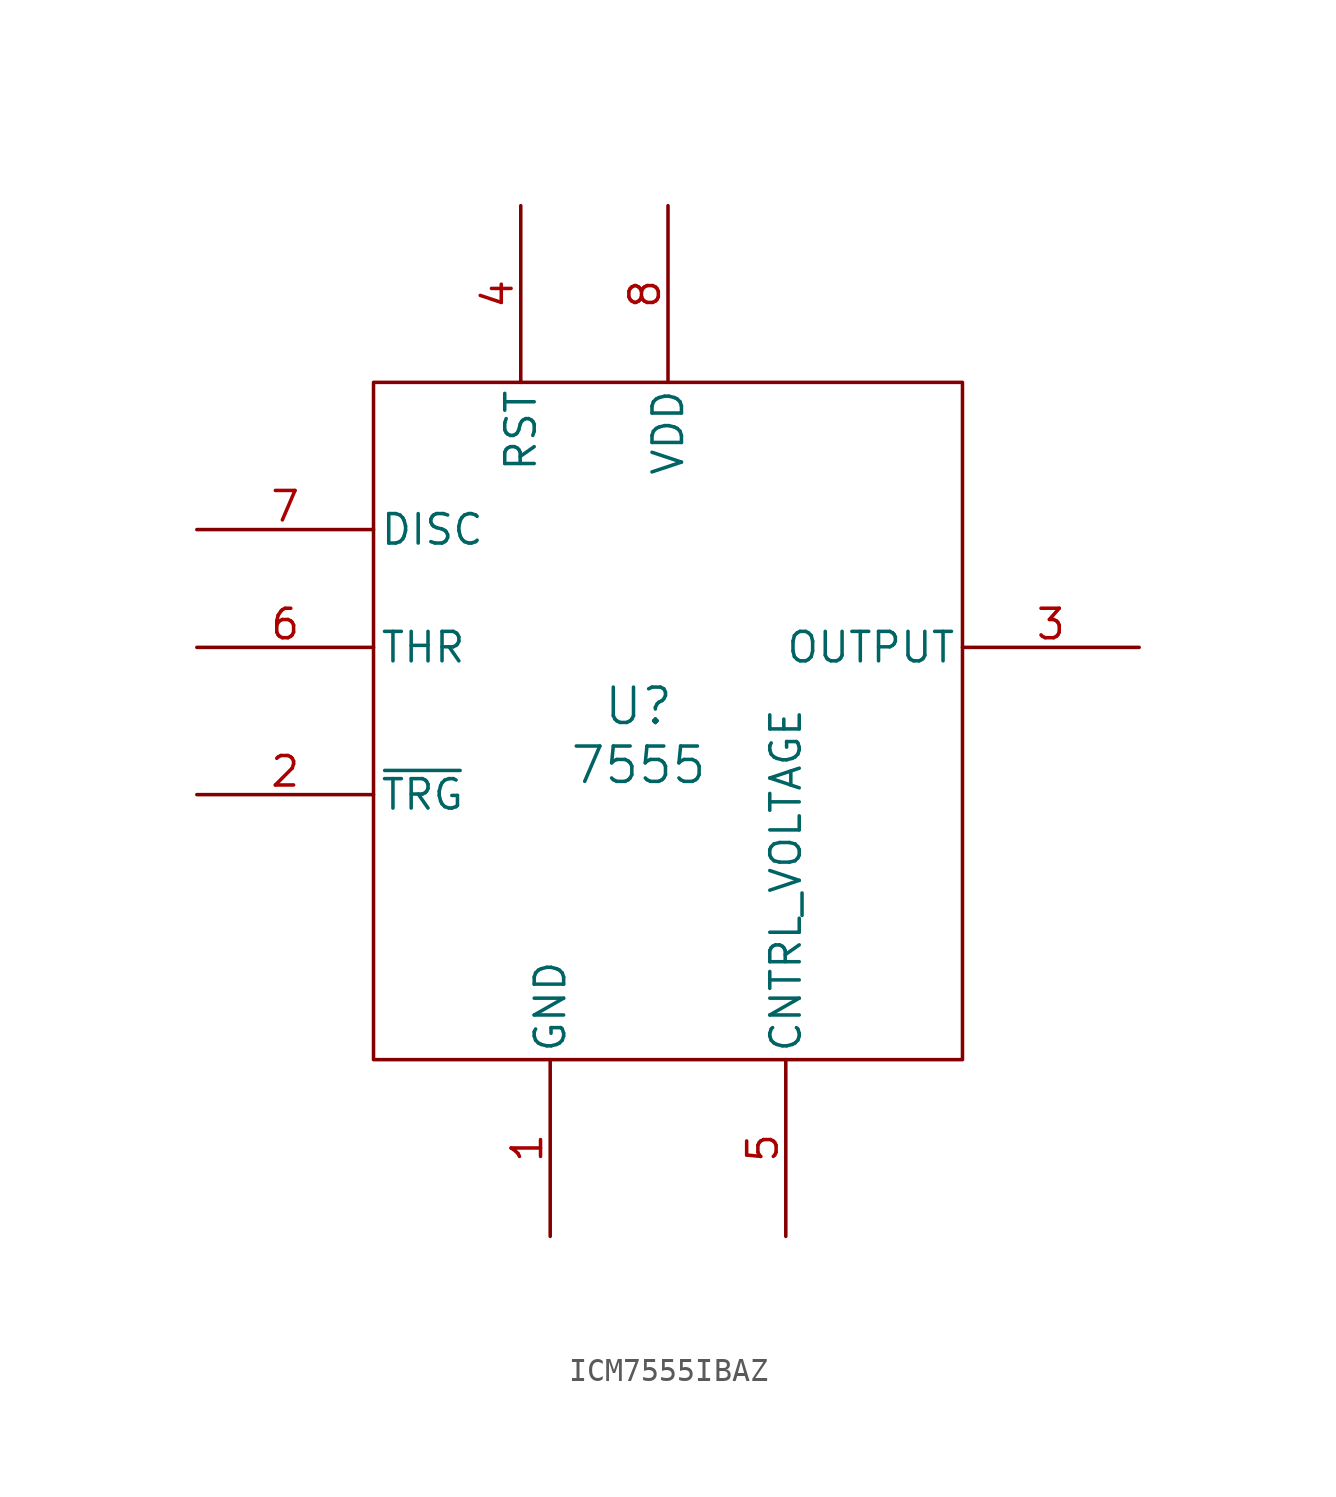
<source format=kicad_sym>
(kicad_symbol_lib
  (version 20220914)
  (generator kicad_symbol_editor)
  (symbol "ICM7555IBAZ"
    (pin_names
      (offset 0.254))
    (property "Reference" "U"
      (at 20.32 -8.89 0)
      (effects (font (size 1.524 1.524))))
    (property "Value" "7555"
      (at 20.32 -11.43 0)
      (effects (font (size 1.524 1.524))))
    (property "ki_locked" ""
      (at 0 0 0)
      (effects (font (size 1.27 1.27))))
    (symbol "ICM7555IBAZ_0_1"
      (rectangle (start 8.89 5.08) (end 34.29 -24.13) (stroke (width 0) (type default)) (fill (type none)))
      (pin power_in line (at 16.51 -31.75 90) (length 7.62) (name "GND" (effects (font (size 1.27 1.27)))) (number "1" (effects (font (size 1.27 1.27)))))
      (pin output line (at 41.91 -6.35 180) (length 7.62) (name "OUTPUT" (effects (font (size 1.27 1.27)))) (number "3" (effects (font (size 1.27 1.27))))))
    (symbol "ICM7555IBAZ_1_1"
      (pin input line (at 1.27 -12.7 0) (length 7.62) (name "~{TRG}" (effects (font (size 1.27 1.27)))) (number "2" (effects (font (size 1.27 1.27)))))
      (pin input line (at 15.24 12.7 270) (length 7.62) (name "RST" (effects (font (size 1.27 1.27)))) (number "4" (effects (font (size 1.27 1.27)))))
      (pin input line (at 26.67 -31.75 90) (length 7.62) (name "CNTRL_VOLTAGE" (effects (font (size 1.27 1.27)))) (number "5" (effects (font (size 1.27 1.27)))))
      (pin input line (at 1.27 -6.35 0) (length 7.62) (name "THR" (effects (font (size 1.27 1.27)))) (number "6" (effects (font (size 1.27 1.27)))))
      (pin input line (at 1.27 -1.27 0) (length 7.62) (name "DISC" (effects (font (size 1.27 1.27)))) (number "7" (effects (font (size 1.27 1.27)))))
      (pin power_out line (at 21.59 12.7 270) (length 7.62) (name "VDD" (effects (font (size 1.27 1.27)))) (number "8" (effects (font (size 1.27 1.27))))))))
</source>
